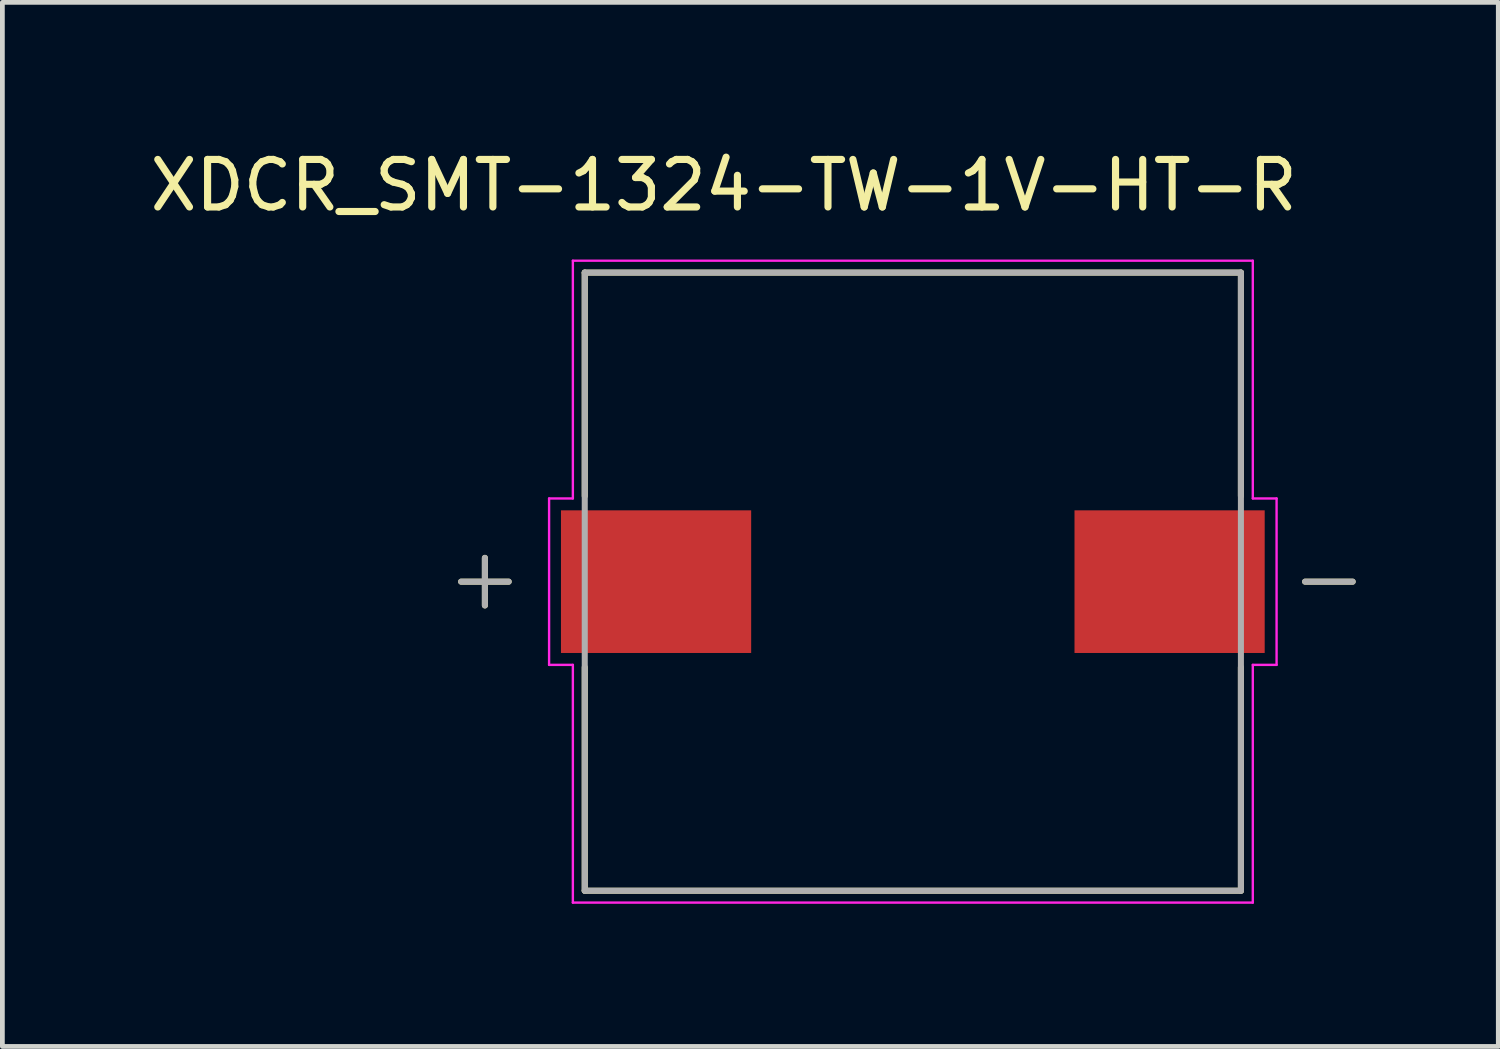
<source format=kicad_pcb>
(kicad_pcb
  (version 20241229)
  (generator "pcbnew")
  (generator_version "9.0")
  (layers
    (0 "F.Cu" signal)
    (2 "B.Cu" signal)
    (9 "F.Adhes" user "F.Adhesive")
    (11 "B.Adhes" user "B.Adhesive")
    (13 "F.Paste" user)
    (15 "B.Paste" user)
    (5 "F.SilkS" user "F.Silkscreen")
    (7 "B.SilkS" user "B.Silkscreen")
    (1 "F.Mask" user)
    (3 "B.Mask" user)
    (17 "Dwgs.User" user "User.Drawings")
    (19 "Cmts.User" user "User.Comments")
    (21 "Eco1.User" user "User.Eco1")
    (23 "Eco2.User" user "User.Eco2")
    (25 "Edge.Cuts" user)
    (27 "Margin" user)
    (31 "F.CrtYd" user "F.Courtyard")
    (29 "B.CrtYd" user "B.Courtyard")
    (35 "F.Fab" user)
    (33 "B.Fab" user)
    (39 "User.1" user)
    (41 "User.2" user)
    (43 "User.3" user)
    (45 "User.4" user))
  (footprint "XDCR_SMT-1324-TW-1V-HT-R"
    (layer "F.Cu")
    (at 16.148 9.183)
    (property "Reference" "XDCR_SMT-1324-TW-1V-HT-R" (at -3.975 -8.335 0) (layer "F.SilkS") (effects (font (size 1 1) (thickness 0.15))))
    (attr smd)
    (fp_line (start -9.5 0) (end -8.5 0) (stroke (width 0.127) (type solid)) (layer "F.SilkS"))
    (fp_line (start -9 -0.5) (end -9 0.5) (stroke (width 0.127) (type solid)) (layer "F.SilkS"))
    (fp_line (start -6.9 -6.5) (end 6.9 -6.5) (stroke (width 0.127) (type solid)) (layer "F.SilkS"))
    (fp_line (start -6.9 -1.8) (end -6.9 -6.5) (stroke (width 0.127) (type solid)) (layer "F.SilkS"))
    (fp_line (start -6.9 6.5) (end -6.9 1.8) (stroke (width 0.127) (type solid)) (layer "F.SilkS"))
    (fp_line (start 6.9 -6.5) (end 6.9 -1.8) (stroke (width 0.127) (type solid)) (layer "F.SilkS"))
    (fp_line (start 6.9 1.8) (end 6.9 6.5) (stroke (width 0.127) (type solid)) (layer "F.SilkS"))
    (fp_line (start 6.9 6.5) (end -6.9 6.5) (stroke (width 0.127) (type solid)) (layer "F.SilkS"))
    (fp_line (start 8.25 0) (end 9.25 0) (stroke (width 0.127) (type solid)) (layer "F.SilkS"))
    (fp_line (start -7.65 -1.75) (end -7.65 1.75) (stroke (width 0.05) (type solid)) (layer "F.CrtYd"))
    (fp_line (start -7.65 1.75) (end -7.15 1.75) (stroke (width 0.05) (type solid)) (layer "F.CrtYd"))
    (fp_line (start -7.15 -6.75) (end -7.15 -1.75) (stroke (width 0.05) (type solid)) (layer "F.CrtYd"))
    (fp_line (start -7.15 -6.75) (end 7.15 -6.75) (stroke (width 0.05) (type solid)) (layer "F.CrtYd"))
    (fp_line (start -7.15 -1.75) (end -7.65 -1.75) (stroke (width 0.05) (type solid)) (layer "F.CrtYd"))
    (fp_line (start -7.15 1.75) (end -7.15 6.75) (stroke (width 0.05) (type solid)) (layer "F.CrtYd"))
    (fp_line (start 7.15 -1.75) (end 7.15 -6.75) (stroke (width 0.05) (type solid)) (layer "F.CrtYd"))
    (fp_line (start 7.15 1.75) (end 7.65 1.75) (stroke (width 0.05) (type solid)) (layer "F.CrtYd"))
    (fp_line (start 7.15 6.75) (end -7.15 6.75) (stroke (width 0.05) (type solid)) (layer "F.CrtYd"))
    (fp_line (start 7.15 6.75) (end 7.15 1.75) (stroke (width 0.05) (type solid)) (layer "F.CrtYd"))
    (fp_line (start 7.65 -1.75) (end 7.15 -1.75) (stroke (width 0.05) (type solid)) (layer "F.CrtYd"))
    (fp_line (start 7.65 1.75) (end 7.65 -1.75) (stroke (width 0.05) (type solid)) (layer "F.CrtYd"))
    (fp_line (start -9.5 0) (end -8.5 0) (stroke (width 0.127) (type solid)) (layer "F.Fab"))
    (fp_line (start -9 -0.5) (end -9 0.5) (stroke (width 0.127) (type solid)) (layer "F.Fab"))
    (fp_line (start -6.9 -6.5) (end -6.9 6.5) (stroke (width 0.127) (type solid)) (layer "F.Fab"))
    (fp_line (start -6.9 6.5) (end 6.9 6.5) (stroke (width 0.127) (type solid)) (layer "F.Fab"))
    (fp_line (start 6.9 -6.5) (end -6.9 -6.5) (stroke (width 0.127) (type solid)) (layer "F.Fab"))
    (fp_line (start 6.9 6.5) (end 6.9 -6.5) (stroke (width 0.127) (type solid)) (layer "F.Fab"))
    (fp_line (start 8.25 0) (end 9.25 0) (stroke (width 0.127) (type solid)) (layer "F.Fab"))
    (pad "N" smd rect (at 5.4 0) (size 4 3) (layers "F.Cu" "F.Mask" "F.Paste"))
    (pad "P" smd rect (at -5.4 0) (size 4 3) (layers "F.Cu" "F.Mask" "F.Paste")))
  (gr_rect
    (start -3 -3)
    (end 28.461 18.958)
    (stroke (width 0.1) (type default))
    (fill no)
    (layer "Edge.Cuts")))
</source>
